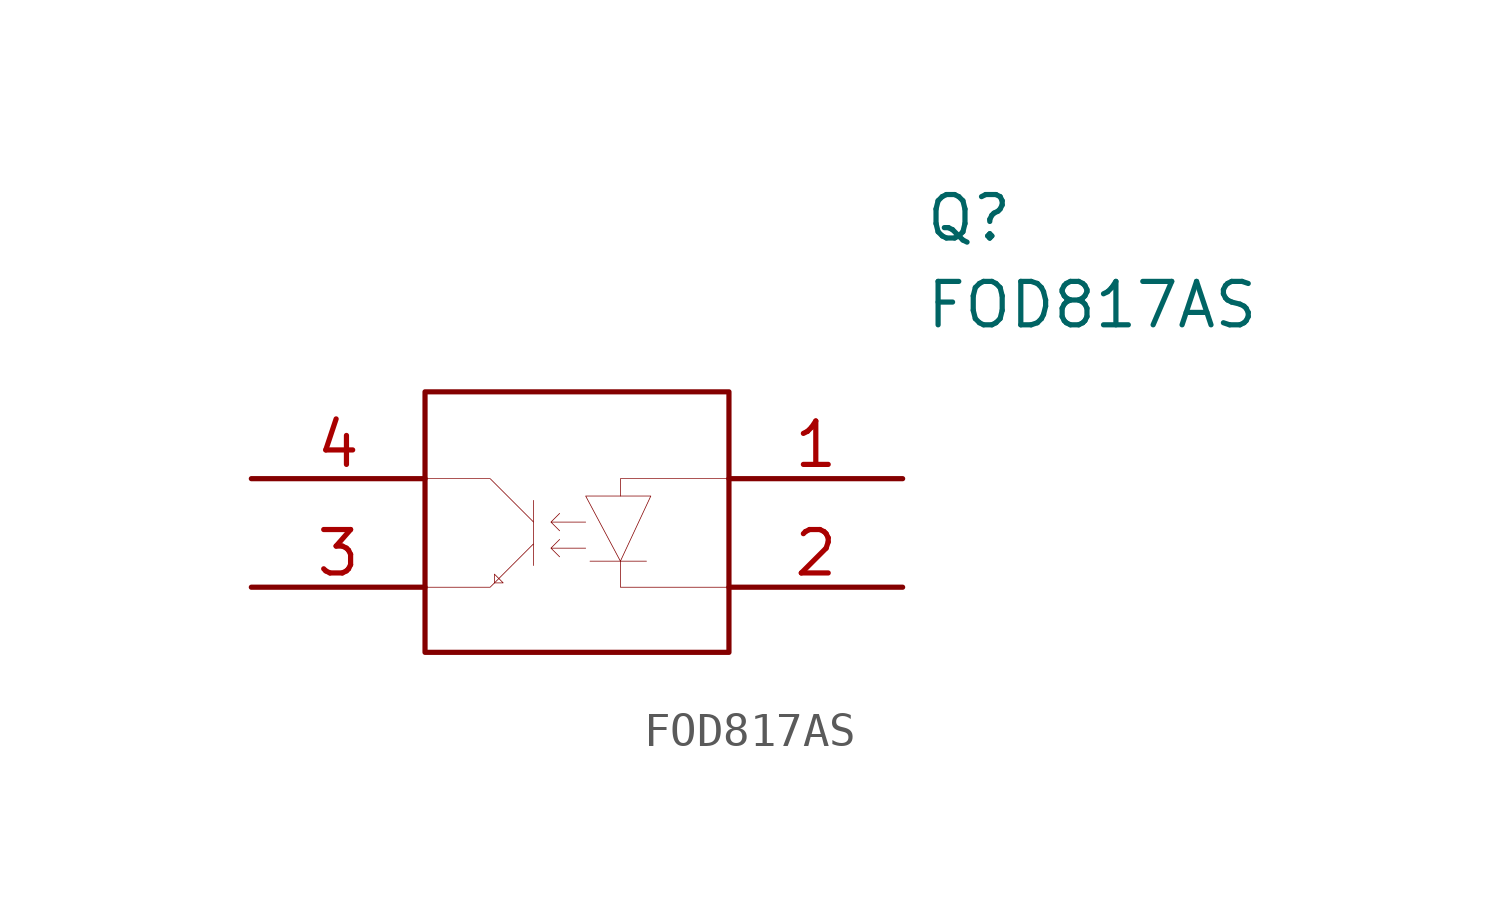
<source format=kicad_sym>
(kicad_symbol_lib
  (version 20200126)
  (host kicad_symbol_editor "5.99.0-unknown-77313e4~101~ubuntu18.04.1")
  (symbol "FOD817AS:FOD817AS"
    (pin_names
      (offset 0.762))
    (property "Reference" "Q"
      (at 10.16 8.89 0)
      (effects (font (size 1.27 1.27)) (justify left)))
    (property "Value" "FOD817AS"
      (at 10.16 6.35 0)
      (effects (font (size 1.27 1.27)) (justify left)))
    (symbol "FOD817AS_0_1"
      (polyline (pts (xy -4.445 3.81) (xy 4.445 3.81) (xy 4.445 -3.81) (xy -4.445 -3.81) (xy -4.445 3.81)) (stroke (width 0.152)) (fill (type none)))
      (polyline (pts (xy 0.254 0.762) (xy 2.159 0.762) (xy 1.27 -1.143) (xy 0.254 0.762)) (stroke (width 0.001)) (fill (type none)))
      (polyline (pts (xy 0.381 -1.143) (xy 2.032 -1.143)) (stroke (width 0.001)) (fill (type none)))
      (polyline (pts (xy 1.27 0.762) (xy 1.27 1.27) (xy 4.445 1.27)) (stroke (width 0.001)) (fill (type none)))
      (polyline (pts (xy 1.27 -1.143) (xy 1.27 -1.905) (xy 4.445 -1.905)) (stroke (width 0.001)) (fill (type none)))
      (polyline (pts (xy -1.27 0.635) (xy -1.27 -1.27) (xy -1.27 -0.635) (xy -2.54 -1.905) (xy -4.445 -1.905)) (stroke (width 0.001)) (fill (type none)))
      (polyline (pts (xy -1.27 0) (xy -2.54 1.27) (xy -4.445 1.27)) (stroke (width 0.001)) (fill (type none)))
      (polyline (pts (xy -2.413 -1.524) (xy -2.159 -1.778) (xy -2.413 -1.778)) (stroke (width 0.001)) (fill (type none)))
      (polyline (pts (xy -2.413 -1.524) (xy -2.413 -1.778)) (stroke (width 0.001)) (fill (type none)))
      (polyline (pts (xy 0.254 0) (xy -0.762 0) (xy -0.508 0.254) (xy -0.762 0) (xy -0.508 -0.254)) (stroke (width 0.001)) (fill (type none)))
      (polyline (pts (xy 0.254 -0.762) (xy -0.762 -0.762) (xy -0.508 -0.508) (xy -0.762 -0.762) (xy -0.508 -1.016)) (stroke (width 0.001)) (fill (type none))))
    (symbol "FOD817AS_0_0"
      (pin passive line (at 9.525 1.27 180) (length 5.08) (name "~" (effects (font (size 1.27 1.27)))) (number "1" (effects (font (size 1.27 1.27)))))
      (pin passive line (at 9.525 -1.905 180) (length 5.08) (name "~" (effects (font (size 1.27 1.27)))) (number "2" (effects (font (size 1.27 1.27)))))
      (pin passive line (at -9.525 1.27 0) (length 5.08) (name "~" (effects (font (size 1.27 1.27)))) (number "4" (effects (font (size 1.27 1.27)))))
      (pin passive line (at -9.525 -1.905 0) (length 5.08) (name "~" (effects (font (size 1.27 1.27)))) (number "3" (effects (font (size 1.27 1.27))))))))
</source>
